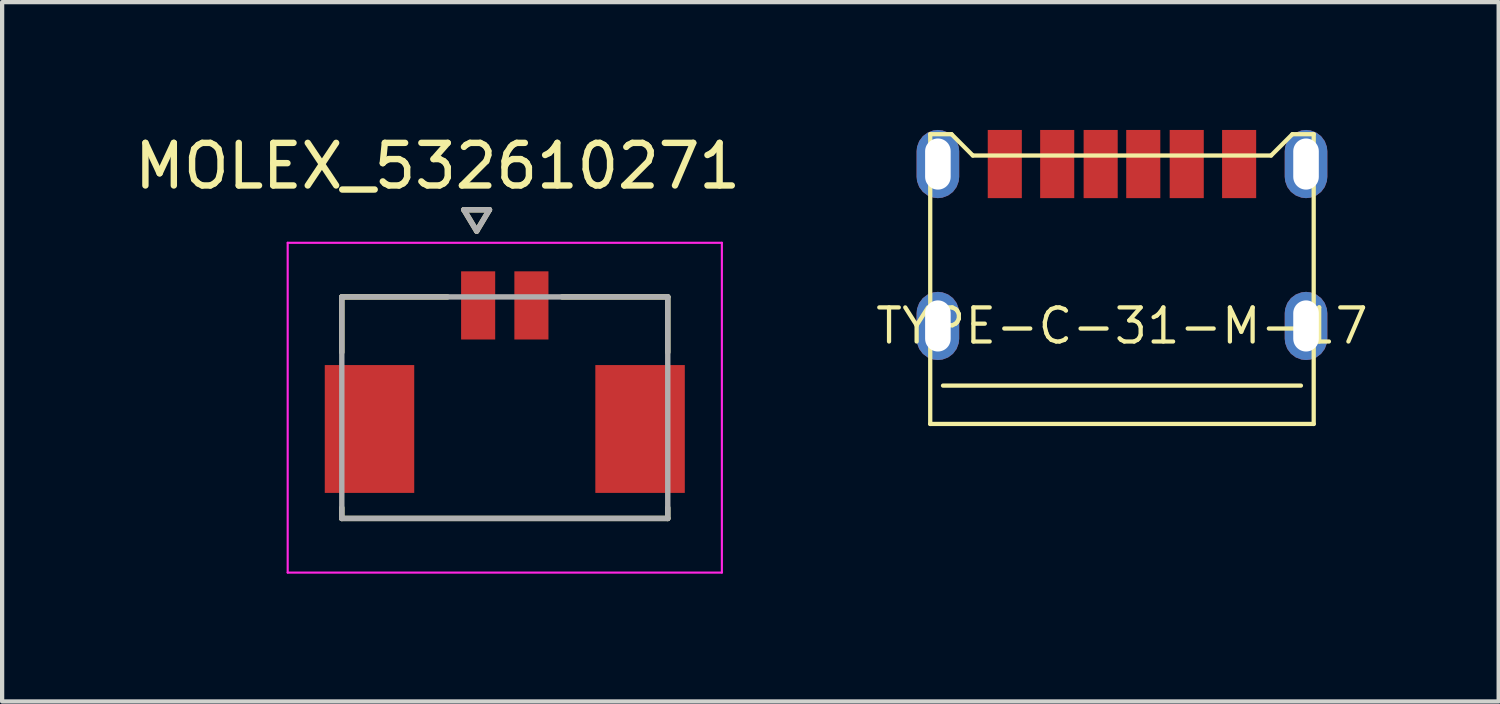
<source format=kicad_pcb>
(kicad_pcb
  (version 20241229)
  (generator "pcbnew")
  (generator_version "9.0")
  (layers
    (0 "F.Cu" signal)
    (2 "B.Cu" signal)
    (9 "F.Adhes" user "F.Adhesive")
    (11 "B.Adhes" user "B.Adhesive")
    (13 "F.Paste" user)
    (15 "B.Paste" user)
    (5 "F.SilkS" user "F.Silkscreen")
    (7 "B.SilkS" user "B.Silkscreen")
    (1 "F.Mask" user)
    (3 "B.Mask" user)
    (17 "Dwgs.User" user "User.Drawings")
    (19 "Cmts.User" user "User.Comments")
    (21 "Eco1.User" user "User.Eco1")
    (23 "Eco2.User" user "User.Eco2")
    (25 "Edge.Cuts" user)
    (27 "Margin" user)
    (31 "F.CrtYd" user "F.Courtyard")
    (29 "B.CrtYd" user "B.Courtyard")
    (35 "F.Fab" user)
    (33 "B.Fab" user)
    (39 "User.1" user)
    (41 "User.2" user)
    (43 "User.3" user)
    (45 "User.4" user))
  (footprint "TYPE-C-31-M-17"
    (layer "F.Cu")
    (at 23.282 4.6)
    (property "Reference" "TYPE-C-31-M-17" (at 0 0 0) (layer "F.SilkS") (effects (font (size 0.8 0.8) (thickness 0.1))))
    (attr smd)
    (fp_line (start -4.5 -4.5) (end -4.5 2.3) (stroke (width 0.1) (type solid)) (layer "F.SilkS"))
    (fp_line (start -4.5 -4.5) (end -4 -4.5) (stroke (width 0.1) (type solid)) (layer "F.SilkS"))
    (fp_line (start -4 -4.5) (end -3.5 -4) (stroke (width 0.1) (type solid)) (layer "F.SilkS"))
    (fp_line (start -3.5 -4) (end 3.5 -4) (stroke (width 0.1) (type solid)) (layer "F.SilkS"))
    (fp_line (start 3.5 -4) (end 4 -4.5) (stroke (width 0.1) (type solid)) (layer "F.SilkS"))
    (fp_line (start 4 -4.5) (end 4.5 -4.5) (stroke (width 0.1) (type solid)) (layer "F.SilkS"))
    (fp_line (start 4.2 1.4) (end -4.2 1.4) (stroke (width 0.1) (type solid)) (layer "F.SilkS"))
    (fp_line (start 4.5 -4.5) (end 4.5 2.3) (stroke (width 0.1) (type solid)) (layer "F.SilkS"))
    (fp_line (start 4.5 2.3) (end -4.5 2.3) (stroke (width 0.1) (type solid)) (layer "F.SilkS"))
    (pad "A1" smd rect (at -2.75 -3.8) (size 0.8 1.6) (layers "F.Cu" "F.Mask" "F.Paste"))
    (pad "A1" smd rect (at 2.75 -3.8) (size 0.8 1.6) (layers "F.Cu" "F.Mask" "F.Paste"))
    (pad "A4" smd rect (at -1.52 -3.8) (size 0.8 1.6) (layers "F.Cu" "F.Mask" "F.Paste"))
    (pad "A4" smd rect (at 1.52 -3.8) (size 0.8 1.6) (layers "F.Cu" "F.Mask" "F.Paste"))
    (pad "A5" smd rect (at -0.5 -3.8) (size 0.8 1.6) (layers "F.Cu" "F.Mask" "F.Paste"))
    (pad "A5" smd rect (at 0.5 -3.8) (size 0.8 1.6) (layers "F.Cu" "F.Mask" "F.Paste"))
    (pad "S1" thru_hole roundrect (at -4.32 -3.8) (size 1 1.6) (drill oval 0.6 1.2) (layers "*.Cu" "*.Mask") (roundrect_rratio 0.5))
    (pad "S1" thru_hole roundrect (at -4.32 0) (size 1 1.6) (drill oval 0.6 1.2) (layers "*.Cu" "*.Mask") (roundrect_rratio 0.5))
    (pad "S1" thru_hole roundrect (at 4.32 -3.8) (size 1 1.6) (drill oval 0.6 1.2) (layers "*.Cu" "*.Mask") (roundrect_rratio 0.5))
    (pad "S1" thru_hole roundrect (at 4.32 0) (size 1 1.6) (drill oval 0.6 1.2) (layers "*.Cu" "*.Mask") (roundrect_rratio 0.5)))
  (footprint "MOLEX_532610271"
    (layer "F.Cu")
    (at 8.797 6.518)
    (property "Reference" "MOLEX_532610271" (at -1.577 -5.67 0) (layer "F.SilkS") (effects (font (size 1 1) (thickness 0.15))))
    (attr through_hole)
    (fp_poly (pts (xy -4.301 -1.076) (xy -2.049 -1.076) (xy -2.049 2.076) (xy -4.301 2.076)) (stroke (width 0.01) (type solid)) (fill yes) (layer "F.Mask"))
    (fp_poly (pts (xy -1.101 -3.276) (xy -0.149 -3.276) (xy -0.149 -1.524) (xy -1.101 -1.524)) (stroke (width 0.01) (type solid)) (fill yes) (layer "F.Mask"))
    (fp_poly (pts (xy 0.149 -3.276) (xy 1.101 -3.276) (xy 1.101 -1.524) (xy 0.149 -1.524)) (stroke (width 0.01) (type solid)) (fill yes) (layer "F.Mask"))
    (fp_poly (pts (xy 2.049 -1.076) (xy 4.301 -1.076) (xy 4.301 2.076) (xy 2.049 2.076)) (stroke (width 0.01) (type solid)) (fill yes) (layer "F.Mask"))
    (fp_line (start -3.825 -2.6) (end -1.345 -2.6) (stroke (width 0.127) (type solid)) (layer "F.SilkS"))
    (fp_line (start -3.825 -1.3) (end -3.825 -2.6) (stroke (width 0.127) (type solid)) (layer "F.SilkS"))
    (fp_line (start -3.825 2.6) (end -3.825 2.35) (stroke (width 0.127) (type solid)) (layer "F.SilkS"))
    (fp_line (start -3.825 2.6) (end 3.825 2.6) (stroke (width 0.127) (type solid)) (layer "F.SilkS"))
    (fp_line (start -0.96 -4.645) (end -0.36 -4.645) (stroke (width 0.127) (type solid)) (layer "F.SilkS"))
    (fp_line (start -0.66 -4.145) (end -0.96 -4.645) (stroke (width 0.127) (type solid)) (layer "F.SilkS"))
    (fp_line (start -0.36 -4.645) (end -0.66 -4.145) (stroke (width 0.127) (type solid)) (layer "F.SilkS"))
    (fp_line (start 1.345 -2.6) (end 3.825 -2.6) (stroke (width 0.127) (type solid)) (layer "F.SilkS"))
    (fp_line (start 3.825 -2.6) (end 3.825 -1.3) (stroke (width 0.127) (type solid)) (layer "F.SilkS"))
    (fp_line (start 3.825 2.6) (end 3.825 2.35) (stroke (width 0.127) (type solid)) (layer "F.SilkS"))
    (fp_line (start -5.095 3.87) (end -5.095 -3.87) (stroke (width 0.05) (type solid)) (layer "F.CrtYd"))
    (fp_line (start 5.095 -3.87) (end -5.095 -3.87) (stroke (width 0.05) (type solid)) (layer "F.CrtYd"))
    (fp_line (start 5.095 -3.87) (end 5.095 3.87) (stroke (width 0.05) (type solid)) (layer "F.CrtYd"))
    (fp_line (start 5.095 3.87) (end -5.095 3.87) (stroke (width 0.05) (type solid)) (layer "F.CrtYd"))
    (fp_line (start -3.825 -2.6) (end 3.825 -2.6) (stroke (width 0.127) (type solid)) (layer "F.Fab"))
    (fp_line (start -3.825 2.6) (end -3.825 -2.6) (stroke (width 0.127) (type solid)) (layer "F.Fab"))
    (fp_line (start -0.96 -4.645) (end -0.36 -4.645) (stroke (width 0.127) (type solid)) (layer "F.Fab"))
    (fp_line (start -0.66 -4.145) (end -0.96 -4.645) (stroke (width 0.127) (type solid)) (layer "F.Fab"))
    (fp_line (start -0.36 -4.645) (end -0.66 -4.145) (stroke (width 0.127) (type solid)) (layer "F.Fab"))
    (fp_line (start 3.825 -2.6) (end 3.825 2.6) (stroke (width 0.127) (type solid)) (layer "F.Fab"))
    (fp_line (start 3.825 2.6) (end -3.825 2.6) (stroke (width 0.127) (type solid)) (layer "F.Fab"))
    (pad "1" smd rect (at -0.625 -2.4) (size 0.8 1.6) (layers "F.Cu" "F.Paste"))
    (pad "2" smd rect (at 0.625 -2.4) (size 0.8 1.6) (layers "F.Cu" "F.Paste"))
    (pad "S1" smd rect (at -3.175 0.5) (size 2.1 3) (layers "F.Cu" "F.Paste"))
    (pad "S2" smd rect (at 3.175 0.5) (size 2.1 3) (layers "F.Cu" "F.Paste")))
  (gr_rect
    (start -3 -3)
    (end 32.123 13.413)
    (stroke (width 0.1) (type default))
    (fill no)
    (layer "Edge.Cuts")))
</source>
